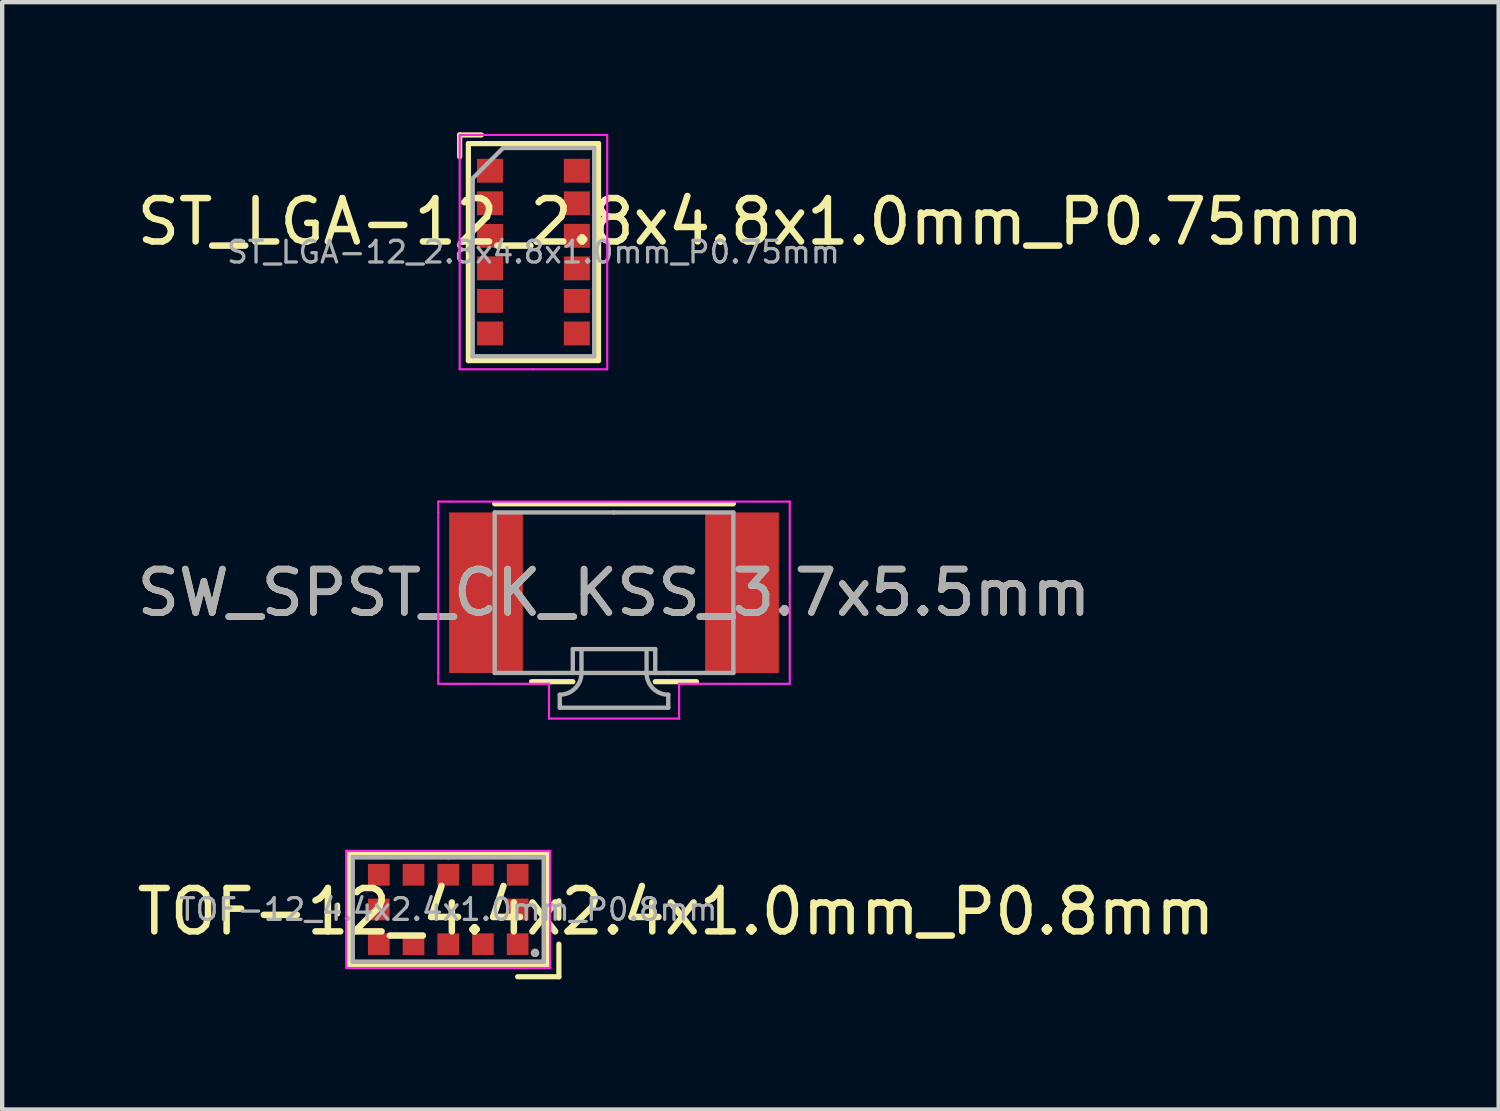
<source format=kicad_pcb>
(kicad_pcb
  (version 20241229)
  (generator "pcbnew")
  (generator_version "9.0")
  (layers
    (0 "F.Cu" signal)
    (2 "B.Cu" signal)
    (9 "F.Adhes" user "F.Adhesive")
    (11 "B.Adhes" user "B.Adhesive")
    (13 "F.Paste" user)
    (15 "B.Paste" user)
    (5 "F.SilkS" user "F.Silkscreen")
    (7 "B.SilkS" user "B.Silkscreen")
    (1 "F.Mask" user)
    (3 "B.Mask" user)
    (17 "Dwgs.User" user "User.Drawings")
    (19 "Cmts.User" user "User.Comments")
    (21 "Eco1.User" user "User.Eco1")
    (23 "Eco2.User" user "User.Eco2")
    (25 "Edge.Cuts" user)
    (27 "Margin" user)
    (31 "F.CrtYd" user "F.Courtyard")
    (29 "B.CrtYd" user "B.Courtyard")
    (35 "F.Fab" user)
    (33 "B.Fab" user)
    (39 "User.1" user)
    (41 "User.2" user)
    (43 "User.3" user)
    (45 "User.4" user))
  (footprint "ST_LGA-12_2.8x4.8x1.0mm_P0.75mm"
    (layer "F.Cu")
    (at 9.244 2.76)
    (property "Reference" "ST_LGA-12_2.8x4.8x1.0mm_P0.75mm" (at 5 -0.7 0) (layer "F.SilkS") (effects (font (size 1 1) (thickness 0.15))))
    (attr smd)
    (fp_line (start -1.7 -2.7) (end -1.7 -2.2) (stroke (width 0.12) (type solid)) (layer "F.SilkS"))
    (fp_line (start -1.7 -2.7) (end -1.2 -2.7) (stroke (width 0.12) (type solid)) (layer "F.SilkS"))
    (fp_line (start -1.5 -2.5) (end -1.5 2.5) (stroke (width 0.12) (type solid)) (layer "F.SilkS"))
    (fp_line (start -1.5 2.5) (end 1.5 2.5) (stroke (width 0.12) (type solid)) (layer "F.SilkS"))
    (fp_line (start 1.5 -2.5) (end -1.5 -2.5) (stroke (width 0.12) (type solid)) (layer "F.SilkS"))
    (fp_line (start 1.5 2.5) (end 1.5 -2.5) (stroke (width 0.12) (type solid)) (layer "F.SilkS"))
    (fp_line (start -1.7 -2.7) (end -1.7 2.7) (stroke (width 0.05) (type solid)) (layer "F.CrtYd"))
    (fp_line (start -1.7 2.7) (end 0 2.7) (stroke (width 0.05) (type solid)) (layer "F.CrtYd"))
    (fp_line (start 0 2.7) (end 1.7 2.7) (stroke (width 0.05) (type solid)) (layer "F.CrtYd"))
    (fp_line (start 1.7 -2.7) (end -1.7 -2.7) (stroke (width 0.05) (type solid)) (layer "F.CrtYd"))
    (fp_line (start 1.7 2.7) (end 1.7 -2.7) (stroke (width 0.05) (type solid)) (layer "F.CrtYd"))
    (fp_line (start -1.4 -1.7) (end -1.4 2.4) (stroke (width 0.1) (type solid)) (layer "F.Fab"))
    (fp_line (start -0.7 -2.4) (end -1.4 -1.7) (stroke (width 0.1) (type solid)) (layer "F.Fab"))
    (fp_line (start 1.4 -2.4) (end -0.7 -2.4) (stroke (width 0.1) (type solid)) (layer "F.Fab"))
    (fp_line (start 1.4 -2.4) (end 1.4 2.4) (stroke (width 0.1) (type solid)) (layer "F.Fab"))
    (fp_line (start 1.4 2.4) (end -1.4 2.4) (stroke (width 0.1) (type solid)) (layer "F.Fab"))
    (fp_text user "${REFERENCE}" (at 0 0 0) (layer "F.Fab") (effects (font (size 0.5 0.5) (thickness 0.075))))
    (pad "1" smd rect (at -1 -1.875 180) (size 0.6 0.55) (layers "F.Cu" "F.Mask" "F.Paste"))
    (pad "2" smd rect (at -1 -1.125 180) (size 0.6 0.55) (layers "F.Cu" "F.Mask" "F.Paste"))
    (pad "3" smd rect (at -1 -0.375 180) (size 0.6 0.55) (layers "F.Cu" "F.Mask" "F.Paste"))
    (pad "4" smd rect (at -1 0.375 180) (size 0.6 0.55) (layers "F.Cu" "F.Mask" "F.Paste"))
    (pad "5" smd rect (at -1 1.125 180) (size 0.6 0.55) (layers "F.Cu" "F.Mask" "F.Paste"))
    (pad "6" smd rect (at -1 1.875 180) (size 0.6 0.55) (layers "F.Cu" "F.Mask" "F.Paste"))
    (pad "7" smd rect (at 1 1.875 180) (size 0.6 0.55) (layers "F.Cu" "F.Mask" "F.Paste"))
    (pad "8" smd rect (at 1 1.125 180) (size 0.6 0.55) (layers "F.Cu" "F.Mask" "F.Paste"))
    (pad "9" smd rect (at 1 0.375 180) (size 0.6 0.55) (layers "F.Cu" "F.Mask" "F.Paste"))
    (pad "10" smd rect (at 1 -0.375 180) (size 0.6 0.55) (layers "F.Cu" "F.Mask" "F.Paste"))
    (pad "11" smd rect (at 1 -1.125 180) (size 0.6 0.55) (layers "F.Cu" "F.Mask" "F.Paste"))
    (pad "12" smd rect (at 1 -1.875 180) (size 0.6 0.55) (layers "F.Cu" "F.Mask" "F.Paste")))
  (footprint "TOF-12_4.4x2.4x1.0mm_P0.8mm"
    (layer "F.Cu")
    (at 7.28 17.91)
    (property "Reference" "TOF-12_4.4x2.4x1.0mm_P0.8mm" (at 5.25 0.05 0) (layer "F.SilkS") (effects (font (size 1 1) (thickness 0.15))))
    (attr smd)
    (fp_line (start -2.55 -0.1) (end -2.55 0.1) (stroke (width 0.12) (type solid)) (layer "F.SilkS"))
    (fp_line (start -2.3 -1.3) (end 2.3 -1.3) (stroke (width 0.12) (type solid)) (layer "F.SilkS"))
    (fp_line (start -2.3 1.3) (end -2.3 -1.3) (stroke (width 0.12) (type solid)) (layer "F.SilkS"))
    (fp_line (start 2.3 -1.3) (end 2.3 1.3) (stroke (width 0.12) (type solid)) (layer "F.SilkS"))
    (fp_line (start 2.3 1.3) (end -2.3 1.3) (stroke (width 0.12) (type solid)) (layer "F.SilkS"))
    (fp_line (start 2.55 -0.2) (end 2.55 0.2) (stroke (width 0.12) (type solid)) (layer "F.SilkS"))
    (fp_line (start 2.55 0.8) (end 2.55 1.55) (stroke (width 0.12) (type solid)) (layer "F.SilkS"))
    (fp_line (start 2.55 1.55) (end 1.6 1.55) (stroke (width 0.12) (type solid)) (layer "F.SilkS"))
    (fp_line (start -2.35 -1.35) (end 2.35 -1.35) (stroke (width 0.05) (type solid)) (layer "F.CrtYd"))
    (fp_line (start -2.35 1.35) (end -2.35 -1.35) (stroke (width 0.05) (type solid)) (layer "F.CrtYd"))
    (fp_line (start 2.35 -1.35) (end 2.35 1.35) (stroke (width 0.05) (type solid)) (layer "F.CrtYd"))
    (fp_line (start 2.35 1.35) (end -2.35 1.35) (stroke (width 0.05) (type solid)) (layer "F.CrtYd"))
    (fp_line (start -2.2 -1.2) (end 0 -1.2) (stroke (width 0.1) (type solid)) (layer "F.Fab"))
    (fp_line (start -2.2 1.2) (end -2.2 -1.2) (stroke (width 0.1) (type solid)) (layer "F.Fab"))
    (fp_line (start 0 -1.2) (end 2.2 -1.2) (stroke (width 0.1) (type solid)) (layer "F.Fab"))
    (fp_line (start 2.2 -1.2) (end 2.2 1.2) (stroke (width 0.1) (type solid)) (layer "F.Fab"))
    (fp_line (start 2.2 1.2) (end -2.2 1.2) (stroke (width 0.1) (type solid)) (layer "F.Fab"))
    (fp_circle (center 2 1) (end 2.05 1) (stroke (width 0.1) (type solid)) (fill no) (layer "F.Fab"))
    (fp_text user "${REFERENCE}" (at 0 0 0) (layer "F.Fab") (effects (font (size 0.5 0.5) (thickness 0.075))))
    (pad "" smd custom (at -0.8 -0.8) (size 0.5 0.5) (layers "F.Cu" "F.Mask" "F.Paste") (options (anchor rect)) (primitives))
    (pad "1" smd custom (at 1.6 -0.8) (size 0.5 0.5) (layers "F.Cu" "F.Mask" "F.Paste") (options (anchor rect)) (primitives))
    (pad "1" smd custom (at 1.6 0.8 90) (size 0.5 0.5) (layers "F.Cu" "F.Mask" "F.Paste") (options (anchor rect)) (primitives))
    (pad "2" smd custom (at 0 -0.8) (size 0.5 0.5) (layers "F.Cu" "F.Mask" "F.Paste") (options (anchor rect)) (primitives))
    (pad "3" smd custom (at 0.8 -0.8) (size 0.5 0.5) (layers "F.Cu" "F.Mask" "F.Paste") (options (anchor rect)) (primitives))
    (pad "4" smd custom (at -1.6 0) (size 0.5 0.5) (layers "F.Cu" "F.Mask" "F.Paste") (options (anchor rect)) (primitives))
    (pad "4" smd custom (at -0.8 0.8) (size 0.5 0.5) (layers "F.Cu" "F.Mask" "F.Paste") (options (anchor rect)) (primitives))
    (pad "4" smd custom (at 0 0.8) (size 0.5 0.5) (layers "F.Cu" "F.Mask" "F.Paste") (options (anchor rect)) (primitives))
    (pad "4" smd custom (at 0.8 0.8) (size 0.5 0.5) (layers "F.Cu" "F.Mask" "F.Paste") (options (anchor rect)) (primitives))
    (pad "4" smd custom (at 1.6 0) (size 0.5 0.5) (layers "F.Cu" "F.Mask" "F.Paste") (options (anchor rect)) (primitives))
    (pad "5" smd custom (at -1.6 0.8) (size 0.5 0.5) (layers "F.Cu" "F.Mask" "F.Paste") (options (anchor rect)) (primitives))
    (pad "6" smd custom (at -1.6 -0.8) (size 0.5 0.5) (layers "F.Cu" "F.Mask" "F.Paste") (options (anchor rect)) (primitives)))
  (footprint "SW_SPST_CK_KSS_3.7x5.5mm"
    (layer "F.Cu")
    (at 11.101 10.61)
    (property "Reference" "SW_SPST_CK_KSS_3.7x5.5mm" (at 0 0 0) (layer "F.SilkS") (effects (font (size 1 1) (thickness 0.15))))
    (attr smd)
    (fp_line (start -2.75 -2.05) (end 2.75 -2.05) (stroke (width 0.12) (type solid)) (layer "F.SilkS"))
    (fp_line (start -1.9 2.05) (end -0.95 2.05) (stroke (width 0.12) (type solid)) (layer "F.SilkS"))
    (fp_line (start 0.95 2.05) (end 1.9 2.05) (stroke (width 0.12) (type solid)) (layer "F.SilkS"))
    (fp_line (start -4.05 -1.85) (end -4.05 -2.1) (stroke (width 0.05) (type solid)) (layer "F.CrtYd"))
    (fp_line (start -4.05 1.85) (end -4.05 -1.85) (stroke (width 0.05) (type solid)) (layer "F.CrtYd"))
    (fp_line (start -4.05 1.85) (end -4.05 2.1) (stroke (width 0.05) (type solid)) (layer "F.CrtYd"))
    (fp_line (start -4.05 2.1) (end -1.5 2.1) (stroke (width 0.05) (type solid)) (layer "F.CrtYd"))
    (fp_line (start -3.8 -2.1) (end -4.05 -2.1) (stroke (width 0.05) (type solid)) (layer "F.CrtYd"))
    (fp_line (start -1.5 2.9) (end -1.5 2.1) (stroke (width 0.05) (type solid)) (layer "F.CrtYd"))
    (fp_line (start -1.5 2.9) (end 1.5 2.9) (stroke (width 0.05) (type solid)) (layer "F.CrtYd"))
    (fp_line (start 1.5 2.1) (end 4.05 2.1) (stroke (width 0.05) (type solid)) (layer "F.CrtYd"))
    (fp_line (start 1.5 2.9) (end 1.5 2.1) (stroke (width 0.05) (type solid)) (layer "F.CrtYd"))
    (fp_line (start 4.05 -2.1) (end -3.8 -2.1) (stroke (width 0.05) (type solid)) (layer "F.CrtYd"))
    (fp_line (start 4.05 2.1) (end 4.05 -2.1) (stroke (width 0.05) (type solid)) (layer "F.CrtYd"))
    (fp_line (start -2.75 -1.85) (end 0 -1.85) (stroke (width 0.1) (type solid)) (layer "F.Fab"))
    (fp_line (start -2.75 1.85) (end -2.75 -1.85) (stroke (width 0.1) (type solid)) (layer "F.Fab"))
    (fp_line (start -2.75 1.85) (end -1.25 1.85) (stroke (width 0.1) (type solid)) (layer "F.Fab"))
    (fp_line (start -1.25 1.85) (end 1.25 1.85) (stroke (width 0.1) (type solid)) (layer "F.Fab"))
    (fp_line (start -1.25 2.35) (end -1.25 2.65) (stroke (width 0.1) (type solid)) (layer "F.Fab"))
    (fp_line (start -1.25 2.65) (end 1.25 2.65) (stroke (width 0.1) (type solid)) (layer "F.Fab"))
    (fp_line (start -0.95 1.3) (end 0.95 1.3) (stroke (width 0.1) (type solid)) (layer "F.Fab"))
    (fp_line (start -0.95 1.85) (end -0.95 1.3) (stroke (width 0.1) (type solid)) (layer "F.Fab"))
    (fp_line (start -0.75 1.85) (end -0.75 1.3) (stroke (width 0.1) (type solid)) (layer "F.Fab"))
    (fp_line (start 0 -1.85) (end 2.75 -1.85) (stroke (width 0.1) (type solid)) (layer "F.Fab"))
    (fp_line (start 0.75 1.85) (end 0.75 1.3) (stroke (width 0.1) (type solid)) (layer "F.Fab"))
    (fp_line (start 0.95 1.3) (end 0.95 1.85) (stroke (width 0.1) (type solid)) (layer "F.Fab"))
    (fp_line (start 1.25 2.35) (end 1.25 2.65) (stroke (width 0.1) (type solid)) (layer "F.Fab"))
    (fp_line (start 2.75 -1.85) (end 2.75 1.85) (stroke (width 0.1) (type solid)) (layer "F.Fab"))
    (fp_line (start 2.75 1.85) (end 1.25 1.85) (stroke (width 0.1) (type solid)) (layer "F.Fab"))
    (fp_arc (start -0.75 1.85) (mid -0.896447 2.203553) (end -1.25 2.35) (stroke (width 0.1) (type solid)) (layer "F.Fab"))
    (fp_arc (start 1.25 2.35) (mid 0.896447 2.203553) (end 0.75 1.85) (stroke (width 0.1) (type solid)) (layer "F.Fab"))
    (fp_text user "${REFERENCE}" (at 0 0 0) (layer "F.Fab") (effects (font (size 1 1) (thickness 0.15))))
    (pad "1" smd rect (at -2.95 0) (size 1.7 3.7) (layers "F.Cu" "F.Mask" "F.Paste"))
    (pad "2" smd rect (at 2.95 0) (size 1.7 3.7) (layers "F.Cu" "F.Mask" "F.Paste")))
  (gr_rect
    (start -3 -3)
    (end 31.488 22.52)
    (stroke (width 0.1) (type default))
    (fill no)
    (layer "Edge.Cuts")))
</source>
